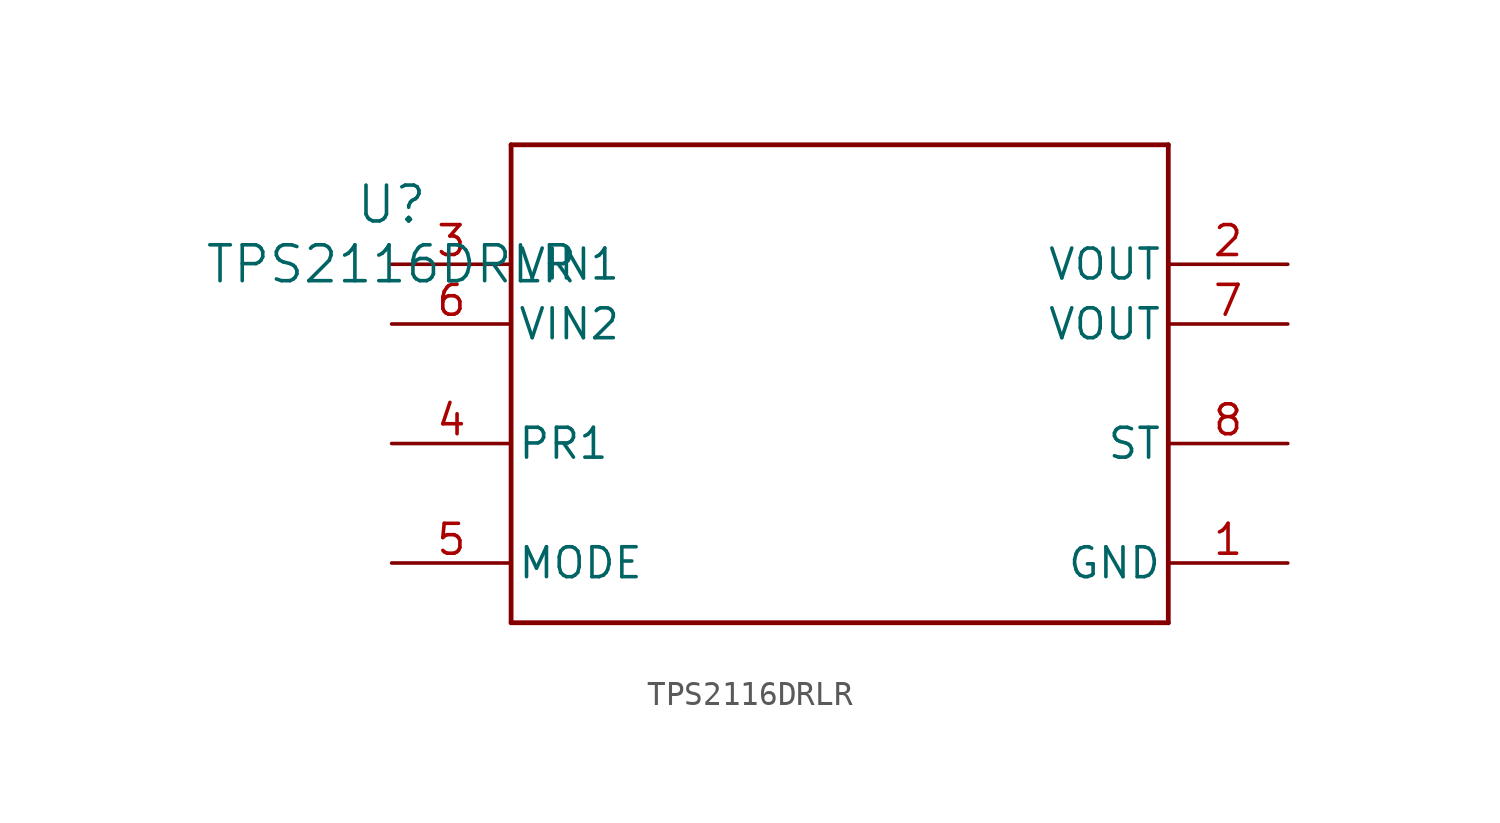
<source format=kicad_sym>
(kicad_symbol_lib
  (version 20211014)
  (generator kicad_symbol_editor)
  (symbol "TPS2116DRLR"
    (pin_names
      (offset 0.254))
    (property "Reference" "U"
      (at 0 2.54 0)
      (effects (font (size 1.524 1.524))))
    (property "Value" "TPS2116DRLR"
      (at 0 0 0)
      (effects (font (size 1.524 1.524))))
    (symbol "TPS2116DRLR_0_1"
      (polyline (pts (xy 5.08 -15.24) (xy 33.02 -15.24)) (stroke (width 0.203) (type default) (color 0 0 0 0)) (fill (type none)))
      (polyline (pts (xy 33.02 -15.24) (xy 33.02 5.08)) (stroke (width 0.203) (type default) (color 0 0 0 0)) (fill (type none)))
      (polyline (pts (xy 33.02 5.08) (xy 5.08 5.08)) (stroke (width 0.203) (type default) (color 0 0 0 0)) (fill (type none)))
      (polyline (pts (xy 5.08 5.08) (xy 5.08 -15.24)) (stroke (width 0.203) (type default) (color 0 0 0 0)) (fill (type none)))
      (pin power_in line (at 38.1 -12.7 180) (length 5.08) (name "GND" (effects (font (size 1.27 1.27)))) (number "1" (effects (font (size 1.27 1.27)))))
      (pin unspecified line (at 38.1 0 180) (length 5.08) (name "VOUT" (effects (font (size 1.27 1.27)))) (number "2" (effects (font (size 1.27 1.27)))))
      (pin power_in line (at 0 0 0) (length 5.08) (name "VIN1" (effects (font (size 1.27 1.27)))) (number "3" (effects (font (size 1.27 1.27)))))
      (pin input line (at 0 -7.62 0) (length 5.08) (name "PR1" (effects (font (size 1.27 1.27)))) (number "4" (effects (font (size 1.27 1.27)))))
      (pin input line (at 0 -12.7 0) (length 5.08) (name "MODE" (effects (font (size 1.27 1.27)))) (number "5" (effects (font (size 1.27 1.27)))))
      (pin power_in line (at 0 -2.54 0) (length 5.08) (name "VIN2" (effects (font (size 1.27 1.27)))) (number "6" (effects (font (size 1.27 1.27)))))
      (pin unspecified line (at 38.1 -2.54 180) (length 5.08) (name "VOUT" (effects (font (size 1.27 1.27)))) (number "7" (effects (font (size 1.27 1.27)))))
      (pin output line (at 38.1 -7.62 180) (length 5.08) (name "ST" (effects (font (size 1.27 1.27)))) (number "8" (effects (font (size 1.27 1.27))))))))
</source>
